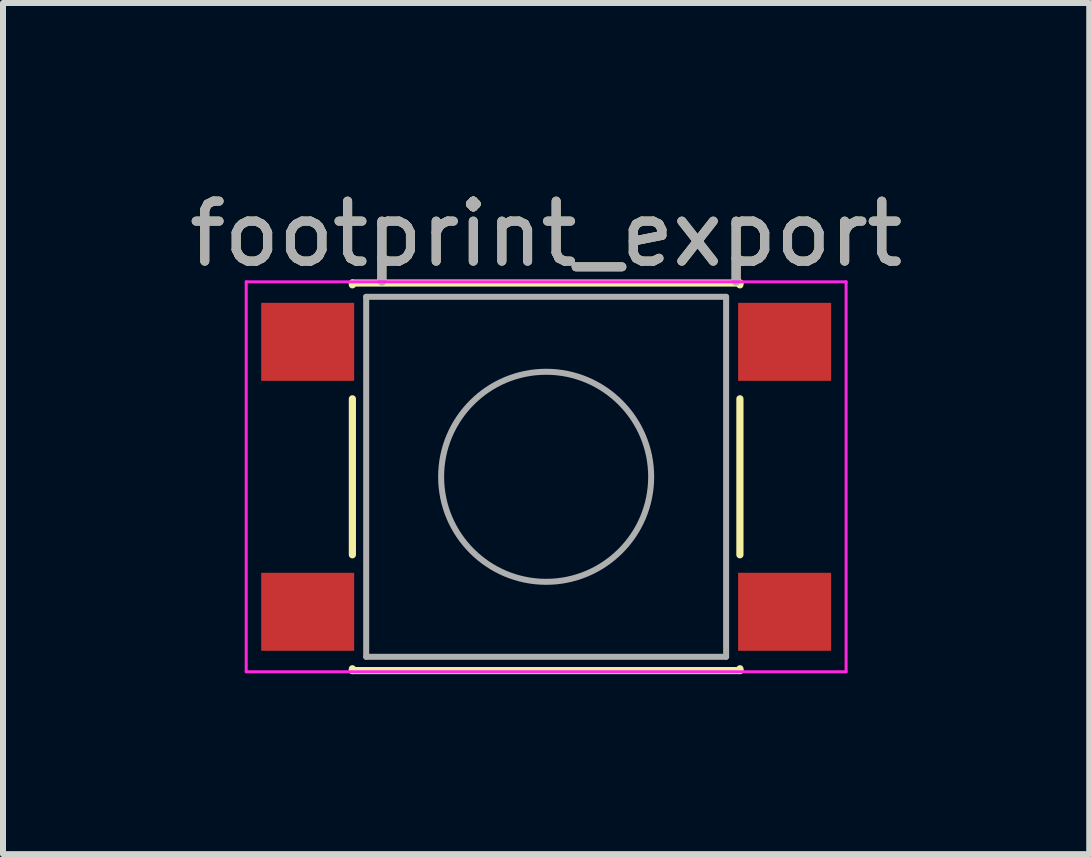
<source format=kicad_pcb>
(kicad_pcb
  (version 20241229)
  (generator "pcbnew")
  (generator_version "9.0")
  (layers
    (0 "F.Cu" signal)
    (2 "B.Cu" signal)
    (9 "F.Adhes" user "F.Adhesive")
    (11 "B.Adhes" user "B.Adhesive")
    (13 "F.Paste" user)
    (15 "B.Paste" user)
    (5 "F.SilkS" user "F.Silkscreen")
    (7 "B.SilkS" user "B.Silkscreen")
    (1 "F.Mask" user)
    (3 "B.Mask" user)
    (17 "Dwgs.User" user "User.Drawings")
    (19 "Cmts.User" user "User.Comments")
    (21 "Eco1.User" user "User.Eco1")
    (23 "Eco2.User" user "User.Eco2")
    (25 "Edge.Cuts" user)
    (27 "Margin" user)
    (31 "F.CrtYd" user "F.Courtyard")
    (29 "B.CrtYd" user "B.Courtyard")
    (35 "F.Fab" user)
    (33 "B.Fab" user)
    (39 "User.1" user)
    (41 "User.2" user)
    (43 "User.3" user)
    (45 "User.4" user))
  (footprint "footprint_export"
    (layer "F.Cu")
    (at 6.054 4.898)
    (property "Reference" "footprint_export" (at 0 -4.05 0) (layer "F.SilkS") (effects (font (size 1 1) (thickness 0.15))))
    (attr smd)
    (fp_line (start -3.23 -3.23) (end 3.23 -3.23) (stroke (width 0.12) (type solid)) (layer "F.SilkS"))
    (fp_line (start -3.23 -3.2) (end -3.23 -3.23) (stroke (width 0.12) (type solid)) (layer "F.SilkS"))
    (fp_line (start -3.23 -1.3) (end -3.23 1.3) (stroke (width 0.12) (type solid)) (layer "F.SilkS"))
    (fp_line (start -3.23 3.23) (end -3.23 3.2) (stroke (width 0.12) (type solid)) (layer "F.SilkS"))
    (fp_line (start -3.23 3.23) (end 3.23 3.23) (stroke (width 0.12) (type solid)) (layer "F.SilkS"))
    (fp_line (start 3.23 -3.23) (end 3.23 -3.2) (stroke (width 0.12) (type solid)) (layer "F.SilkS"))
    (fp_line (start 3.23 -1.3) (end 3.23 1.3) (stroke (width 0.12) (type solid)) (layer "F.SilkS"))
    (fp_line (start 3.23 3.23) (end 3.23 3.2) (stroke (width 0.12) (type solid)) (layer "F.SilkS"))
    (fp_line (start -5 -3.25) (end -5 3.25) (stroke (width 0.05) (type solid)) (layer "F.CrtYd"))
    (fp_line (start -5 -3.25) (end 5 -3.25) (stroke (width 0.05) (type solid)) (layer "F.CrtYd"))
    (fp_line (start -5 3.25) (end 5 3.25) (stroke (width 0.05) (type solid)) (layer "F.CrtYd"))
    (fp_line (start 5 3.25) (end 5 -3.25) (stroke (width 0.05) (type solid)) (layer "F.CrtYd"))
    (fp_line (start -3 -3) (end -3 3) (stroke (width 0.1) (type solid)) (layer "F.Fab"))
    (fp_line (start -3 3) (end 3 3) (stroke (width 0.1) (type solid)) (layer "F.Fab"))
    (fp_line (start 3 -3) (end -3 -3) (stroke (width 0.1) (type solid)) (layer "F.Fab"))
    (fp_line (start 3 3) (end 3 -3) (stroke (width 0.1) (type solid)) (layer "F.Fab"))
    (fp_circle (center 0 0) (end 1.75 -0.05) (stroke (width 0.1) (type solid)) (fill no) (layer "F.Fab"))
    (fp_text user "${REFERENCE}" (at 0 -4.05 0) (layer "F.Fab") (effects (font (size 1 1) (thickness 0.15))))
    (pad "1" smd rect (at -3.975 -2.25) (size 1.55 1.3) (layers "F.Cu" "F.Mask" "F.Paste"))
    (pad "1" smd rect (at 3.975 -2.25) (size 1.55 1.3) (layers "F.Cu" "F.Mask" "F.Paste"))
    (pad "2" smd rect (at -3.975 2.25) (size 1.55 1.3) (layers "F.Cu" "F.Mask" "F.Paste"))
    (pad "2" smd rect (at 3.975 2.25) (size 1.55 1.3) (layers "F.Cu" "F.Mask" "F.Paste")))
  (gr_rect
    (start -3 -3)
    (end 15.107 11.188)
    (stroke (width 0.1) (type default))
    (fill no)
    (layer "Edge.Cuts")))
</source>
